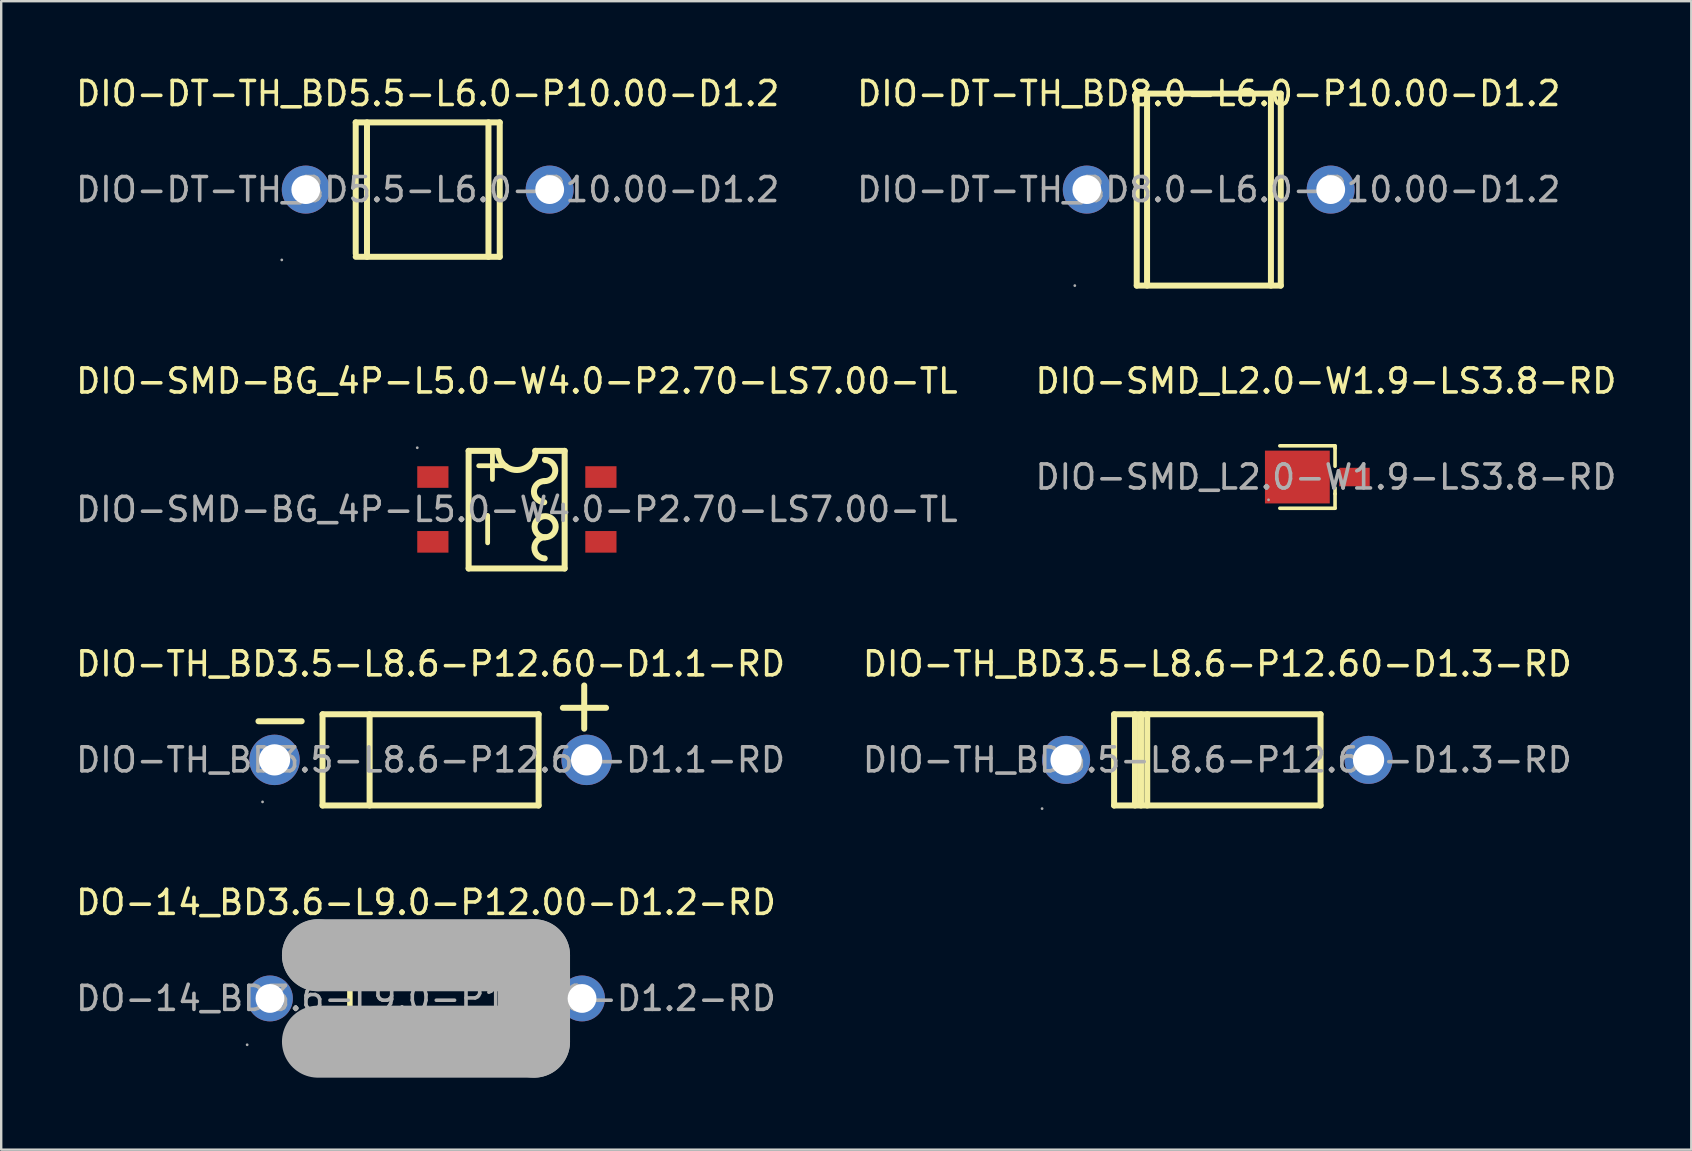
<source format=kicad_pcb>
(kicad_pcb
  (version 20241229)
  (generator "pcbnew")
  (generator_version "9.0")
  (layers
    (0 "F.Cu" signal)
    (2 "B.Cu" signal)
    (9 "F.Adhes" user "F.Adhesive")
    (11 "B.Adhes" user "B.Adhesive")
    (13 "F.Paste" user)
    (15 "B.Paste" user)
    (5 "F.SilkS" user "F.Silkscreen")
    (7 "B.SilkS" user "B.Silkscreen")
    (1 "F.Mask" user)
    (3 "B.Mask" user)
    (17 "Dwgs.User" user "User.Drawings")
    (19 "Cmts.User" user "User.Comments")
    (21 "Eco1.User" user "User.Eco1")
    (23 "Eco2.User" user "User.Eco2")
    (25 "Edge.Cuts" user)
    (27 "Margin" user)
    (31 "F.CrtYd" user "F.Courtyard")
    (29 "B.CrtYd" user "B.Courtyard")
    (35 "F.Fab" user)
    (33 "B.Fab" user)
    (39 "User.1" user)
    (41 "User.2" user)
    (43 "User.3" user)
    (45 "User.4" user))
  (footprint "DIO-SMD_L2.0-W1.9-LS3.8-RD"
    (layer "F.Cu")
    (at 52.185 16.822)
    (property "Reference" "DIO-SMD_L2.0-W1.9-LS3.8-RD" (at 0 -4 0) (layer "F.SilkS") (effects (font (size 1 1) (thickness 0.15))))
    (attr through_hole)
    (fp_line (start 0.38 -1.3) (end -1.92 -1.3) (stroke (width 0.15) (type solid)) (layer "F.SilkS"))
    (fp_line (start 0.38 -1.2) (end 0.38 -1.3) (stroke (width 0.15) (type solid)) (layer "F.SilkS"))
    (fp_line (start 0.38 -0.45) (end 0.38 -1.2) (stroke (width 0.15) (type solid)) (layer "F.SilkS"))
    (fp_line (start 0.38 0.7) (end 0.38 0.45) (stroke (width 0.15) (type solid)) (layer "F.SilkS"))
    (fp_line (start 0.38 0.7) (end 0.38 1.3) (stroke (width 0.15) (type solid)) (layer "F.SilkS"))
    (fp_line (start 0.38 1.3) (end -1.92 1.3) (stroke (width 0.15) (type solid)) (layer "F.SilkS"))
    (fp_circle (center -2.39 0.95) (end -2.36 0.95) (stroke (width 0.06) (type solid)) (fill no) (layer "F.Fab"))
    (fp_text user "${REFERENCE}" (at 0 0 0) (layer "F.Fab") (effects (font (size 1 1) (thickness 0.15))))
    (pad "1" smd rect (at -1.19 0) (size 2.7 2.2) (layers "F.Cu" "F.Mask" "F.Paste"))
    (pad "2" smd rect (at 1.19 0) (size 1.27 0.77) (layers "F.Cu" "F.Mask" "F.Paste")))
  (footprint "DIO-TH_BD3.5-L8.6-P12.60-D1.1-RD"
    (layer "F.Cu")
    (at 14.887 28.605)
    (property "Reference" "DIO-TH_BD3.5-L8.6-P12.60-D1.1-RD" (at 0 -4 0) (layer "F.SilkS") (effects (font (size 1 1) (thickness 0.15))))
    (attr through_hole)
    (fp_line (start -7.17 -1.61) (end -5.37 -1.61) (stroke (width 0.25) (type solid)) (layer "F.SilkS"))
    (fp_line (start -4.5 -1.9) (end -4.5 1.9) (stroke (width 0.25) (type solid)) (layer "F.SilkS"))
    (fp_line (start -4.5 -1.9) (end 4.5 -1.9) (stroke (width 0.25) (type solid)) (layer "F.SilkS"))
    (fp_line (start -4.5 1.9) (end 4.5 1.9) (stroke (width 0.25) (type solid)) (layer "F.SilkS"))
    (fp_line (start -2.54 -1.9) (end -2.54 1.9) (stroke (width 0.25) (type solid)) (layer "F.SilkS"))
    (fp_line (start 4.5 -1.9) (end 4.5 1.9) (stroke (width 0.25) (type solid)) (layer "F.SilkS"))
    (fp_line (start 5.51 -2.17) (end 7.31 -2.17) (stroke (width 0.25) (type solid)) (layer "F.SilkS"))
    (fp_line (start 6.4 -1.3) (end 6.4 -3.1) (stroke (width 0.25) (type solid)) (layer "F.SilkS"))
    (fp_circle (center -7 1.75) (end -6.97 1.75) (stroke (width 0.06) (type solid)) (fill no) (layer "F.Fab"))
    (fp_circle (center -6.5 0) (end -6.25 0) (stroke (width 0.5) (type solid)) (fill no) (layer "F.Fab"))
    (fp_circle (center 6.5 0) (end 6.75 0) (stroke (width 0.5) (type solid)) (fill no) (layer "F.Fab"))
    (fp_text user "${REFERENCE}" (at 0 0 0) (layer "F.Fab") (effects (font (size 1 1) (thickness 0.15))))
    (pad "1" thru_hole circle (at -6.5 0) (size 2.1 2.1) (drill 1.3) (layers "*.Cu" "*.Paste" "*.Mask"))
    (pad "2" thru_hole circle (at 6.5 0) (size 2.1 2.1) (drill 1.3) (layers "*.Cu" "*.Paste" "*.Mask")))
  (footprint "DIO-DT-TH_BD5.5-L6.0-P10.00-D1.2"
    (layer "F.Cu")
    (at 14.768 4.848)
    (property "Reference" "DIO-DT-TH_BD5.5-L6.0-P10.00-D1.2" (at 0 -4 0) (layer "F.SilkS") (effects (font (size 1 1) (thickness 0.15))))
    (attr through_hole)
    (fp_line (start -3 -2.8) (end -3 2.67) (stroke (width 0.25) (type solid)) (layer "F.SilkS"))
    (fp_line (start -3 -2.8) (end 3 -2.8) (stroke (width 0.25) (type solid)) (layer "F.SilkS"))
    (fp_line (start -3 2.8) (end 3 2.8) (stroke (width 0.25) (type solid)) (layer "F.SilkS"))
    (fp_line (start -2.53 -2.8) (end -2.53 2.8) (stroke (width 0.25) (type solid)) (layer "F.SilkS"))
    (fp_line (start 2.53 -2.8) (end 2.53 2.8) (stroke (width 0.25) (type solid)) (layer "F.SilkS"))
    (fp_line (start 3 -2.8) (end 3 2.8) (stroke (width 0.25) (type solid)) (layer "F.SilkS"))
    (fp_circle (center -6.08 2.93) (end -6.05 2.93) (stroke (width 0.06) (type solid)) (fill no) (layer "F.Fab"))
    (fp_circle (center -5.08 0) (end -4.83 0) (stroke (width 0.5) (type solid)) (fill no) (layer "F.Fab"))
    (fp_circle (center 5.08 0) (end 5.33 0) (stroke (width 0.5) (type solid)) (fill no) (layer "F.Fab"))
    (fp_text user "${REFERENCE}" (at 0 0 0) (layer "F.Fab") (effects (font (size 1 1) (thickness 0.15))))
    (pad "1" thru_hole circle (at -5.08 0) (size 2 2) (drill 1.2) (layers "*.Cu" "*.Paste" "*.Mask"))
    (pad "2" thru_hole circle (at 5.08 0) (size 2 2) (drill 1.2) (layers "*.Cu" "*.Paste" "*.Mask")))
  (footprint "DIO-TH_BD3.5-L8.6-P12.60-D1.3-RD"
    (layer "F.Cu")
    (at 47.661 28.605)
    (property "Reference" "DIO-TH_BD3.5-L8.6-P12.60-D1.3-RD" (at 0 -4 0) (layer "F.SilkS") (effects (font (size 1 1) (thickness 0.15))))
    (attr through_hole)
    (fp_line (start -4.3 -1.9) (end 4.3 -1.9) (stroke (width 0.25) (type solid)) (layer "F.SilkS"))
    (fp_line (start -4.3 1.9) (end -4.3 -1.9) (stroke (width 0.25) (type solid)) (layer "F.SilkS"))
    (fp_line (start -3.43 1.9) (end -3.43 -1.9) (stroke (width 0.25) (type solid)) (layer "F.SilkS"))
    (fp_line (start -3.18 1.9) (end -3.18 -1.9) (stroke (width 0.25) (type solid)) (layer "F.SilkS"))
    (fp_line (start -2.92 1.9) (end -2.92 -1.9) (stroke (width 0.25) (type solid)) (layer "F.SilkS"))
    (fp_line (start 4.3 -1.9) (end 4.3 1.9) (stroke (width 0.25) (type solid)) (layer "F.SilkS"))
    (fp_line (start 4.3 1.9) (end -4.3 1.9) (stroke (width 0.25) (type solid)) (layer "F.SilkS"))
    (fp_circle (center -7.3 2.03) (end -7.27 2.03) (stroke (width 0.06) (type solid)) (fill no) (layer "F.Fab"))
    (fp_circle (center -6.3 0) (end -6.02 0) (stroke (width 0.55) (type solid)) (fill no) (layer "F.Fab"))
    (fp_circle (center 6.3 0) (end 6.58 0) (stroke (width 0.55) (type solid)) (fill no) (layer "F.Fab"))
    (fp_text user "${REFERENCE}" (at 0 0 0) (layer "F.Fab") (effects (font (size 1 1) (thickness 0.15))))
    (pad "1" thru_hole circle (at -6.3 0 180) (size 2 2) (drill 1.3) (layers "*.Cu" "*.Paste" "*.Mask"))
    (pad "2" thru_hole circle (at 6.3 0 180) (size 2 2) (drill 1.3) (layers "*.Cu" "*.Paste" "*.Mask")))
  (footprint "DIO-SMD-BG_4P-L5.0-W4.0-P2.70-LS7.00-TL"
    (layer "F.Cu")
    (at 18.482 18.172)
    (property "Reference" "DIO-SMD-BG_4P-L5.0-W4.0-P2.70-LS7.00-TL" (at 0 -5.35 0) (layer "F.SilkS") (effects (font (size 1 1) (thickness 0.15))))
    (attr through_hole)
    (fp_line (start -2.01 -2.44) (end -2.01 2.46) (stroke (width 0.25) (type solid)) (layer "F.SilkS"))
    (fp_line (start -0.78 -2.44) (end -2.01 -2.44) (stroke (width 0.25) (type solid)) (layer "F.SilkS"))
    (fp_line (start 1.99 -2.44) (end 0.76 -2.44) (stroke (width 0.25) (type solid)) (layer "F.SilkS"))
    (fp_line (start 1.99 -2.44) (end 1.99 2.46) (stroke (width 0.25) (type solid)) (layer "F.SilkS"))
    (fp_line (start 1.99 2.46) (end -2.01 2.46) (stroke (width 0.25) (type solid)) (layer "F.SilkS"))
    (fp_arc (start 0.78 -2.44) (mid 0.01 -1.65) (end -0.78 -2.42) (stroke (width 0.25) (type solid)) (layer "F.SilkS"))
    (fp_arc (start 1.14 -0.3) (mid 0.71 -0.75) (end 1.16 -1.18) (stroke (width 0.25) (type solid)) (layer "F.SilkS"))
    (fp_arc (start 1.16 2.04) (mid 0.73 1.59) (end 1.18 1.16) (stroke (width 0.25) (type solid)) (layer "F.SilkS"))
    (fp_arc (start 1.162322 1.159758) (mid 1.19384 0.280104) (end 1.17 1.16) (stroke (width 0.25) (type solid)) (layer "F.SilkS"))
    (fp_arc (start 1.17 -2.06) (mid 1.6 -1.61) (end 1.15 -1.18) (stroke (width 0.25) (type solid)) (layer "F.SilkS"))
    (fp_circle (center -4.15 -2.57) (end -4.12 -2.57) (stroke (width 0.06) (type solid)) (fill no) (layer "F.Fab"))
    (fp_text user "+" (at -1.13 -0.76 90) (layer "F.SilkS") (effects (font (size 1.5 1.5) (thickness 0.2)) (justify left)))
    (fp_text user "-" (at -1.33 1.88 90) (layer "F.SilkS") (effects (font (size 1.5 1.5) (thickness 0.2)) (justify left)))
    (fp_text user "${REFERENCE}" (at 0 0 0) (layer "F.Fab") (effects (font (size 1 1) (thickness 0.15))))
    (pad "1" smd rect (at -3.5 -1.35) (size 1.3 0.9) (layers "F.Cu" "F.Mask" "F.Paste"))
    (pad "2" smd rect (at -3.5 1.35) (size 1.3 0.9) (layers "F.Cu" "F.Mask" "F.Paste"))
    (pad "3" smd rect (at 3.5 1.35) (size 1.3 0.9) (layers "F.Cu" "F.Mask" "F.Paste"))
    (pad "4" smd rect (at 3.5 -1.35) (size 1.3 0.9) (layers "F.Cu" "F.Mask" "F.Paste")))
  (footprint "DO-14_BD3.6-L9.0-P12.00-D1.2-RD"
    (layer "F.Cu")
    (at 14.696 38.543)
    (property "Reference" "DO-14_BD3.6-L9.0-P12.00-D1.2-RD" (at 0 -4 0) (layer "F.SilkS") (effects (font (size 1 1) (thickness 0.15))))
    (attr through_hole)
    (fp_line (start -3.17 1.78) (end -3.17 -1.78) (stroke (width 0.23) (type solid)) (layer "F.SilkS"))
    (fp_line (start -4.5 -1.8) (end -4.5 -1.8) (stroke (width 3) (type solid)) (layer "F.Fab"))
    (fp_line (start -4.5 -1.8) (end 4.5 -1.8) (stroke (width 3) (type solid)) (layer "F.Fab"))
    (fp_line (start 4.5 -1.8) (end 4.5 1.8) (stroke (width 3) (type solid)) (layer "F.Fab"))
    (fp_line (start 4.5 1.8) (end -4.5 1.8) (stroke (width 3) (type solid)) (layer "F.Fab"))
    (fp_circle (center -7.45 1.93) (end -7.42 1.93) (stroke (width 0.06) (type solid)) (fill no) (layer "F.Fab"))
    (fp_circle (center -6.5 0) (end -6.25 0) (stroke (width 0.5) (type solid)) (fill no) (layer "F.Fab"))
    (fp_circle (center 6.5 0) (end 6.75 0) (stroke (width 0.5) (type solid)) (fill no) (layer "F.Fab"))
    (fp_text user "${REFERENCE}" (at 0 0 0) (layer "F.Fab") (effects (font (size 1 1) (thickness 0.15))))
    (pad "1" thru_hole circle (at -6.5 0) (size 1.91 1.91) (drill 1.2) (layers "*.Cu" "*.Paste" "*.Mask"))
    (pad "2" thru_hole circle (at 6.5 0) (size 1.91 1.91) (drill 1.2) (layers "*.Cu" "*.Paste" "*.Mask")))
  (footprint "DIO-DT-TH_BD8.0-L6.0-P10.00-D1.2"
    (layer "F.Cu")
    (at 47.304 4.848)
    (property "Reference" "DIO-DT-TH_BD8.0-L6.0-P10.00-D1.2" (at 0 -4 0) (layer "F.SilkS") (effects (font (size 1 1) (thickness 0.15))))
    (attr through_hole)
    (fp_line (start -3 -4) (end -3 4) (stroke (width 0.25) (type solid)) (layer "F.SilkS"))
    (fp_line (start -3 -4) (end 3 -4) (stroke (width 0.25) (type solid)) (layer "F.SilkS"))
    (fp_line (start -3 4) (end 3 4) (stroke (width 0.25) (type solid)) (layer "F.SilkS"))
    (fp_line (start -2.57 -4) (end -2.57 4) (stroke (width 0.25) (type solid)) (layer "F.SilkS"))
    (fp_line (start 2.59 -4) (end 2.59 4) (stroke (width 0.25) (type solid)) (layer "F.SilkS"))
    (fp_line (start 3 -4) (end 3 4) (stroke (width 0.25) (type solid)) (layer "F.SilkS"))
    (fp_circle (center -5.58 4) (end -5.55 4) (stroke (width 0.06) (type solid)) (fill no) (layer "F.Fab"))
    (fp_circle (center -5.08 0) (end -4.83 0) (stroke (width 0.5) (type solid)) (fill no) (layer "F.Fab"))
    (fp_circle (center 5.08 0) (end 5.33 0) (stroke (width 0.5) (type solid)) (fill no) (layer "F.Fab"))
    (fp_text user "${REFERENCE}" (at 0 0 0) (layer "F.Fab") (effects (font (size 1 1) (thickness 0.15))))
    (pad "1" thru_hole circle (at -5.08 0) (size 2 2) (drill 1.2) (layers "*.Cu" "*.Paste" "*.Mask"))
    (pad "2" thru_hole circle (at 5.08 0) (size 2 2) (drill 1.2) (layers "*.Cu" "*.Paste" "*.Mask")))
  (gr_rect
    (start -3 -3)
    (end 67.405 44.843)
    (stroke (width 0.1) (type default))
    (fill no)
    (layer "Edge.Cuts")))
</source>
